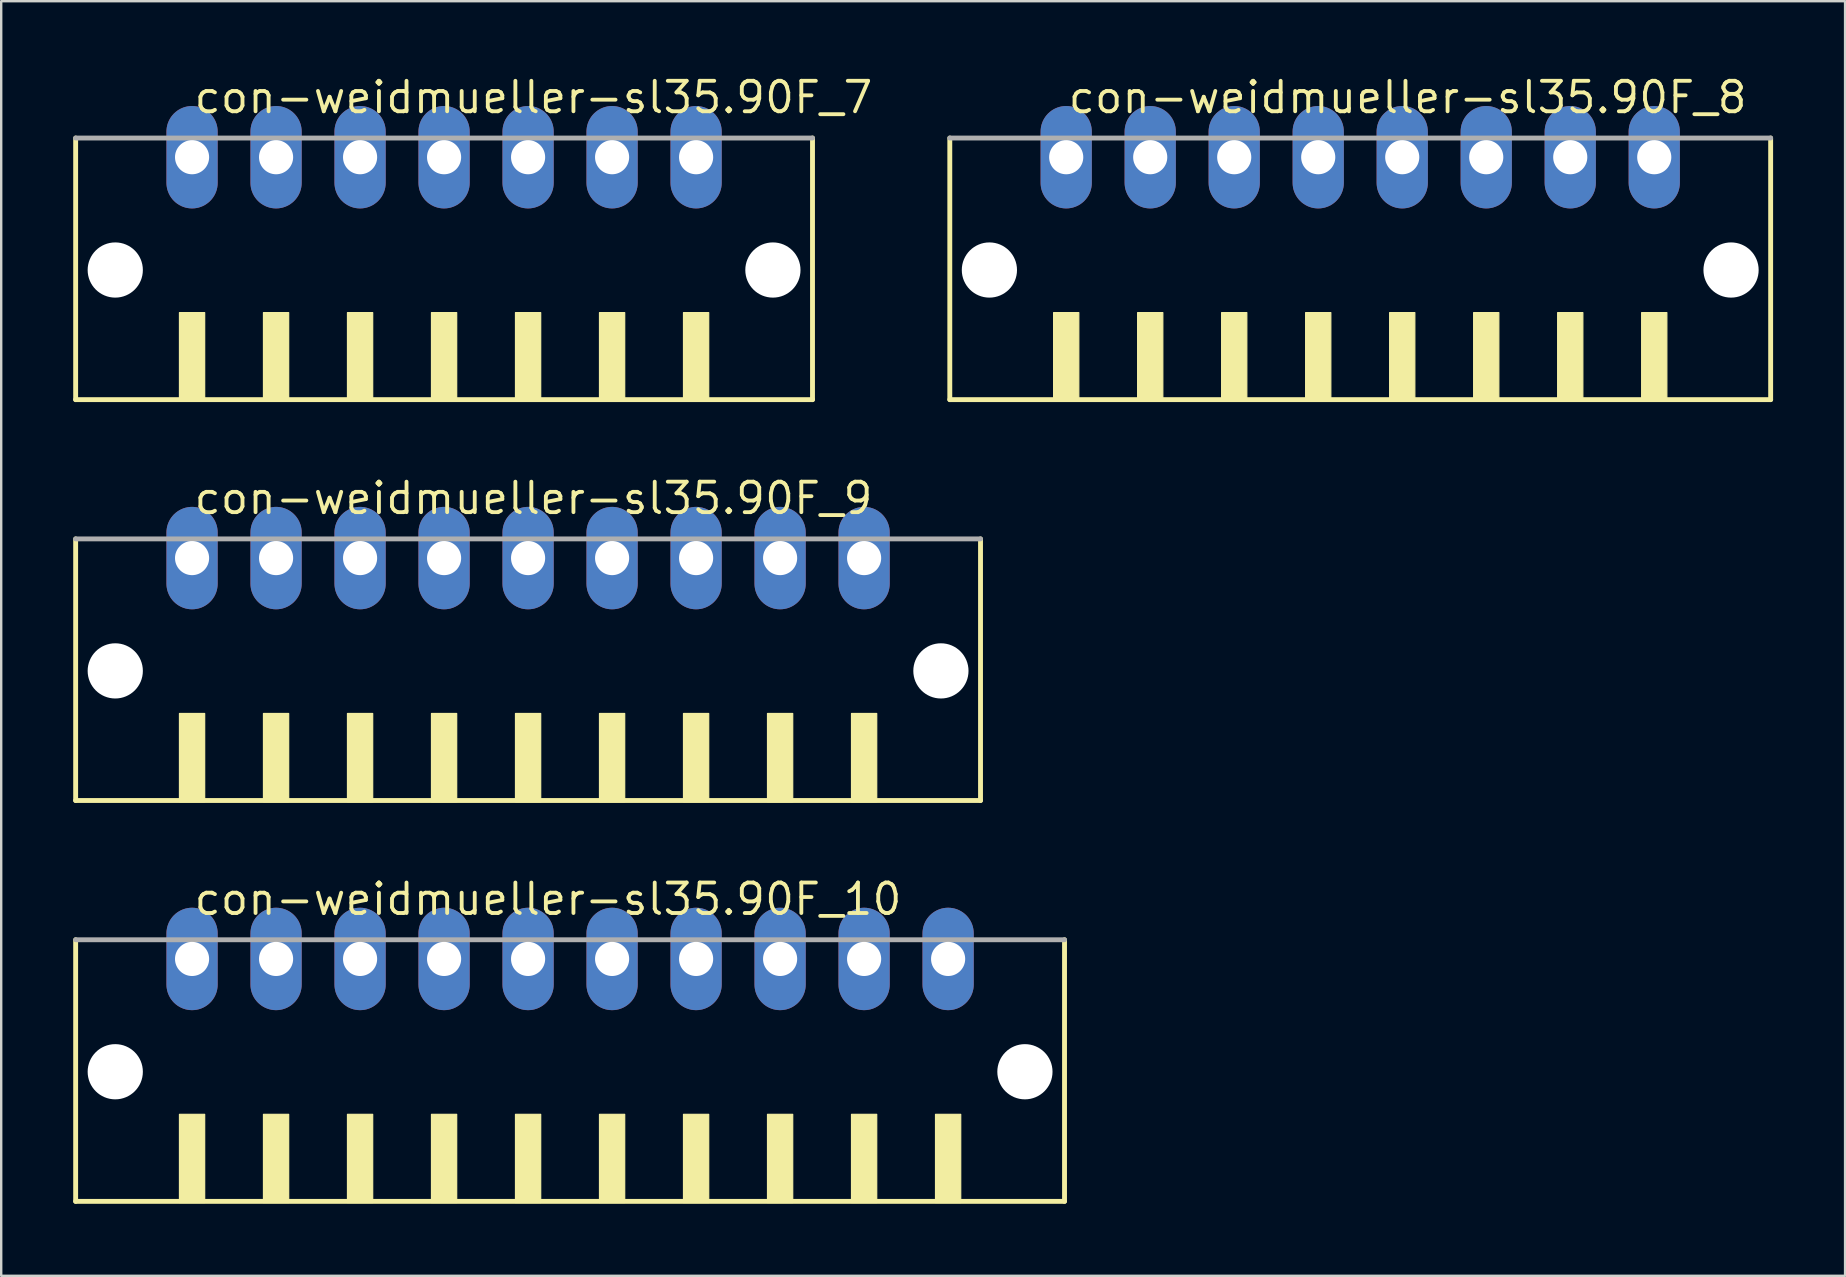
<source format=kicad_pcb>
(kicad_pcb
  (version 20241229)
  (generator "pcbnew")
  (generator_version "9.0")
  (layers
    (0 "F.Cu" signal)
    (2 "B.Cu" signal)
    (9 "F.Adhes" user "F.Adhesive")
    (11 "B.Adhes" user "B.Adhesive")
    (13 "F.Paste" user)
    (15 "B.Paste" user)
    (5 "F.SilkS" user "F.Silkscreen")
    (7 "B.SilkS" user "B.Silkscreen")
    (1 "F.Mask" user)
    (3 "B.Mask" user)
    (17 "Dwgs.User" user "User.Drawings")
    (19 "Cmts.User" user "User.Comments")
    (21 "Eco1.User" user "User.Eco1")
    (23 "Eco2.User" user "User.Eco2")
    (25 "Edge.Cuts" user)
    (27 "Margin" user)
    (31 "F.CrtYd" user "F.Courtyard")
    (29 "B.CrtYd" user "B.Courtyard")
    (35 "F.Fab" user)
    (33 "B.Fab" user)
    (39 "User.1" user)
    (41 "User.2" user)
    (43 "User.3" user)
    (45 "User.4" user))
  (footprint "con-weidmueller-sl35.90F_10"
    (layer "F.Cu")
    (at 20.702 42.153)
    (property "Reference" "con-weidmueller-sl35.90F_10" (at -15.75 -7 0) (layer "F.SilkS") (effects (font (size 1.27 1.27) (thickness 0.16)) (justify left bottom)))
    (attr through_hole)
    (fp_line (start -20.6 -6.05) (end -20.6 4.85) (stroke (width 0.203) (type default)) (layer "F.SilkS"))
    (fp_line (start -20.6 4.85) (end 20.6 4.85) (stroke (width 0.203) (type default)) (layer "F.SilkS"))
    (fp_line (start 20.6 4.85) (end 20.6 -6.05) (stroke (width 0.203) (type default)) (layer "F.SilkS"))
    (fp_rect (start -16.275 4.9) (end -15.225 1.225) (stroke (width 0.05) (type default)) (fill yes) (layer "F.SilkS"))
    (fp_rect (start -12.775 4.9) (end -11.725 1.225) (stroke (width 0.05) (type default)) (fill yes) (layer "F.SilkS"))
    (fp_rect (start -9.275 4.9) (end -8.225 1.225) (stroke (width 0.05) (type default)) (fill yes) (layer "F.SilkS"))
    (fp_rect (start -5.775 4.9) (end -4.725 1.225) (stroke (width 0.05) (type default)) (fill yes) (layer "F.SilkS"))
    (fp_rect (start -2.275 4.9) (end -1.225 1.225) (stroke (width 0.05) (type default)) (fill yes) (layer "F.SilkS"))
    (fp_rect (start 1.225 4.9) (end 2.275 1.225) (stroke (width 0.05) (type default)) (fill yes) (layer "F.SilkS"))
    (fp_rect (start 4.725 4.9) (end 5.775 1.225) (stroke (width 0.05) (type default)) (fill yes) (layer "F.SilkS"))
    (fp_rect (start 8.225 4.9) (end 9.275 1.225) (stroke (width 0.05) (type default)) (fill yes) (layer "F.SilkS"))
    (fp_rect (start 11.725 4.9) (end 12.775 1.225) (stroke (width 0.05) (type default)) (fill yes) (layer "F.SilkS"))
    (fp_rect (start 15.225 4.9) (end 16.275 1.225) (stroke (width 0.05) (type default)) (fill yes) (layer "F.SilkS"))
    (fp_line (start 20.6 -6.05) (end -20.6 -6.05) (stroke (width 0.203) (type default)) (layer "F.Fab"))
    (pad "" np_thru_hole circle (at -18.95 -0.55) (size 2.3 2.3) (drill 2.3) (layers "*.Cu" "*.Mask"))
    (pad "" np_thru_hole circle (at 18.95 -0.55) (size 2.3 2.3) (drill 2.3) (layers "*.Cu" "*.Mask"))
    (pad "1" thru_hole oval (at -15.75 -5.25 90) (size 4.267 2.134) (drill 1.422) (layers "*.Cu" "*.Mask"))
    (pad "2" thru_hole oval (at -12.25 -5.25 90) (size 4.267 2.134) (drill 1.422) (layers "*.Cu" "*.Mask"))
    (pad "3" thru_hole oval (at -8.75 -5.25 90) (size 4.267 2.134) (drill 1.422) (layers "*.Cu" "*.Mask"))
    (pad "4" thru_hole oval (at -5.25 -5.25 90) (size 4.267 2.134) (drill 1.422) (layers "*.Cu" "*.Mask"))
    (pad "5" thru_hole oval (at -1.75 -5.25 90) (size 4.267 2.134) (drill 1.422) (layers "*.Cu" "*.Mask"))
    (pad "6" thru_hole oval (at 1.75 -5.25 90) (size 4.267 2.134) (drill 1.422) (layers "*.Cu" "*.Mask"))
    (pad "7" thru_hole oval (at 5.25 -5.25 90) (size 4.267 2.134) (drill 1.422) (layers "*.Cu" "*.Mask"))
    (pad "8" thru_hole oval (at 8.75 -5.25 90) (size 4.267 2.134) (drill 1.422) (layers "*.Cu" "*.Mask"))
    (pad "9" thru_hole oval (at 12.25 -5.25 90) (size 4.267 2.134) (drill 1.422) (layers "*.Cu" "*.Mask"))
    (pad "10" thru_hole oval (at 15.75 -5.25 90) (size 4.267 2.134) (drill 1.422) (layers "*.Cu" "*.Mask")))
  (footprint "con-weidmueller-sl35.90F_7"
    (layer "F.Cu")
    (at 15.452 8.75)
    (property "Reference" "con-weidmueller-sl35.90F_7" (at -10.5 -7 0) (layer "F.SilkS") (effects (font (size 1.27 1.27) (thickness 0.16)) (justify left bottom)))
    (attr through_hole)
    (fp_line (start -15.35 -6.05) (end -15.35 4.85) (stroke (width 0.203) (type default)) (layer "F.SilkS"))
    (fp_line (start -15.35 4.85) (end 15.35 4.85) (stroke (width 0.203) (type default)) (layer "F.SilkS"))
    (fp_line (start 15.35 4.85) (end 15.35 -6.05) (stroke (width 0.203) (type default)) (layer "F.SilkS"))
    (fp_rect (start -11.025 4.9) (end -9.975 1.225) (stroke (width 0.05) (type default)) (fill yes) (layer "F.SilkS"))
    (fp_rect (start -7.525 4.9) (end -6.475 1.225) (stroke (width 0.05) (type default)) (fill yes) (layer "F.SilkS"))
    (fp_rect (start -4.025 4.9) (end -2.975 1.225) (stroke (width 0.05) (type default)) (fill yes) (layer "F.SilkS"))
    (fp_rect (start -0.525 4.9) (end 0.525 1.225) (stroke (width 0.05) (type default)) (fill yes) (layer "F.SilkS"))
    (fp_rect (start 2.975 4.9) (end 4.025 1.225) (stroke (width 0.05) (type default)) (fill yes) (layer "F.SilkS"))
    (fp_rect (start 6.475 4.9) (end 7.525 1.225) (stroke (width 0.05) (type default)) (fill yes) (layer "F.SilkS"))
    (fp_rect (start 9.975 4.9) (end 11.025 1.225) (stroke (width 0.05) (type default)) (fill yes) (layer "F.SilkS"))
    (fp_line (start 15.35 -6.05) (end -15.35 -6.05) (stroke (width 0.203) (type default)) (layer "F.Fab"))
    (pad "" np_thru_hole circle (at -13.7 -0.55) (size 2.3 2.3) (drill 2.3) (layers "*.Cu" "*.Mask"))
    (pad "" np_thru_hole circle (at 13.7 -0.55) (size 2.3 2.3) (drill 2.3) (layers "*.Cu" "*.Mask"))
    (pad "1" thru_hole oval (at -10.5 -5.25 90) (size 4.267 2.134) (drill 1.422) (layers "*.Cu" "*.Mask"))
    (pad "2" thru_hole oval (at -7 -5.25 90) (size 4.267 2.134) (drill 1.422) (layers "*.Cu" "*.Mask"))
    (pad "3" thru_hole oval (at -3.5 -5.25 90) (size 4.267 2.134) (drill 1.422) (layers "*.Cu" "*.Mask"))
    (pad "4" thru_hole oval (at 0 -5.25 90) (size 4.267 2.134) (drill 1.422) (layers "*.Cu" "*.Mask"))
    (pad "5" thru_hole oval (at 3.5 -5.25 90) (size 4.267 2.134) (drill 1.422) (layers "*.Cu" "*.Mask"))
    (pad "6" thru_hole oval (at 7 -5.25 90) (size 4.267 2.134) (drill 1.422) (layers "*.Cu" "*.Mask"))
    (pad "7" thru_hole oval (at 10.5 -5.25 90) (size 4.267 2.134) (drill 1.422) (layers "*.Cu" "*.Mask")))
  (footprint "con-weidmueller-sl35.90F_9"
    (layer "F.Cu")
    (at 18.952 25.452)
    (property "Reference" "con-weidmueller-sl35.90F_9" (at -14 -7 0) (layer "F.SilkS") (effects (font (size 1.27 1.27) (thickness 0.16)) (justify left bottom)))
    (attr through_hole)
    (fp_line (start -18.85 -6.05) (end -18.85 4.85) (stroke (width 0.203) (type default)) (layer "F.SilkS"))
    (fp_line (start -18.85 4.85) (end 18.85 4.85) (stroke (width 0.203) (type default)) (layer "F.SilkS"))
    (fp_line (start 18.85 4.85) (end 18.85 -6.05) (stroke (width 0.203) (type default)) (layer "F.SilkS"))
    (fp_rect (start -14.525 4.9) (end -13.475 1.225) (stroke (width 0.05) (type default)) (fill yes) (layer "F.SilkS"))
    (fp_rect (start -11.025 4.9) (end -9.975 1.225) (stroke (width 0.05) (type default)) (fill yes) (layer "F.SilkS"))
    (fp_rect (start -7.525 4.9) (end -6.475 1.225) (stroke (width 0.05) (type default)) (fill yes) (layer "F.SilkS"))
    (fp_rect (start -4.025 4.9) (end -2.975 1.225) (stroke (width 0.05) (type default)) (fill yes) (layer "F.SilkS"))
    (fp_rect (start -0.525 4.9) (end 0.525 1.225) (stroke (width 0.05) (type default)) (fill yes) (layer "F.SilkS"))
    (fp_rect (start 2.975 4.9) (end 4.025 1.225) (stroke (width 0.05) (type default)) (fill yes) (layer "F.SilkS"))
    (fp_rect (start 6.475 4.9) (end 7.525 1.225) (stroke (width 0.05) (type default)) (fill yes) (layer "F.SilkS"))
    (fp_rect (start 9.975 4.9) (end 11.025 1.225) (stroke (width 0.05) (type default)) (fill yes) (layer "F.SilkS"))
    (fp_rect (start 13.475 4.9) (end 14.525 1.225) (stroke (width 0.05) (type default)) (fill yes) (layer "F.SilkS"))
    (fp_line (start 18.85 -6.05) (end -18.85 -6.05) (stroke (width 0.203) (type default)) (layer "F.Fab"))
    (pad "" np_thru_hole circle (at -17.2 -0.55) (size 2.3 2.3) (drill 2.3) (layers "*.Cu" "*.Mask"))
    (pad "" np_thru_hole circle (at 17.2 -0.55) (size 2.3 2.3) (drill 2.3) (layers "*.Cu" "*.Mask"))
    (pad "1" thru_hole oval (at -14 -5.25 90) (size 4.267 2.134) (drill 1.422) (layers "*.Cu" "*.Mask"))
    (pad "2" thru_hole oval (at -10.5 -5.25 90) (size 4.267 2.134) (drill 1.422) (layers "*.Cu" "*.Mask"))
    (pad "3" thru_hole oval (at -7 -5.25 90) (size 4.267 2.134) (drill 1.422) (layers "*.Cu" "*.Mask"))
    (pad "4" thru_hole oval (at -3.5 -5.25 90) (size 4.267 2.134) (drill 1.422) (layers "*.Cu" "*.Mask"))
    (pad "5" thru_hole oval (at 0 -5.25 90) (size 4.267 2.134) (drill 1.422) (layers "*.Cu" "*.Mask"))
    (pad "6" thru_hole oval (at 3.5 -5.25 90) (size 4.267 2.134) (drill 1.422) (layers "*.Cu" "*.Mask"))
    (pad "7" thru_hole oval (at 7 -5.25 90) (size 4.267 2.134) (drill 1.422) (layers "*.Cu" "*.Mask"))
    (pad "8" thru_hole oval (at 10.5 -5.25 90) (size 4.267 2.134) (drill 1.422) (layers "*.Cu" "*.Mask"))
    (pad "9" thru_hole oval (at 14 -5.25 90) (size 4.267 2.134) (drill 1.422) (layers "*.Cu" "*.Mask")))
  (footprint "con-weidmueller-sl35.90F_8"
    (layer "F.Cu")
    (at 53.622 8.75)
    (property "Reference" "con-weidmueller-sl35.90F_8" (at -12.25 -7 0) (layer "F.SilkS") (effects (font (size 1.27 1.27) (thickness 0.16)) (justify left bottom)))
    (attr through_hole)
    (fp_line (start -17.1 -6.05) (end -17.1 4.85) (stroke (width 0.203) (type default)) (layer "F.SilkS"))
    (fp_line (start -17.1 4.85) (end 17.1 4.85) (stroke (width 0.203) (type default)) (layer "F.SilkS"))
    (fp_line (start 17.1 4.85) (end 17.1 -6.05) (stroke (width 0.203) (type default)) (layer "F.SilkS"))
    (fp_rect (start -12.775 4.9) (end -11.725 1.225) (stroke (width 0.05) (type default)) (fill yes) (layer "F.SilkS"))
    (fp_rect (start -9.275 4.9) (end -8.225 1.225) (stroke (width 0.05) (type default)) (fill yes) (layer "F.SilkS"))
    (fp_rect (start -5.775 4.9) (end -4.725 1.225) (stroke (width 0.05) (type default)) (fill yes) (layer "F.SilkS"))
    (fp_rect (start -2.275 4.9) (end -1.225 1.225) (stroke (width 0.05) (type default)) (fill yes) (layer "F.SilkS"))
    (fp_rect (start 1.225 4.9) (end 2.275 1.225) (stroke (width 0.05) (type default)) (fill yes) (layer "F.SilkS"))
    (fp_rect (start 4.725 4.9) (end 5.775 1.225) (stroke (width 0.05) (type default)) (fill yes) (layer "F.SilkS"))
    (fp_rect (start 8.225 4.9) (end 9.275 1.225) (stroke (width 0.05) (type default)) (fill yes) (layer "F.SilkS"))
    (fp_rect (start 11.725 4.9) (end 12.775 1.225) (stroke (width 0.05) (type default)) (fill yes) (layer "F.SilkS"))
    (fp_line (start 17.1 -6.05) (end -17.1 -6.05) (stroke (width 0.203) (type default)) (layer "F.Fab"))
    (pad "" np_thru_hole circle (at -15.45 -0.55) (size 2.3 2.3) (drill 2.3) (layers "*.Cu" "*.Mask"))
    (pad "" np_thru_hole circle (at 15.45 -0.55) (size 2.3 2.3) (drill 2.3) (layers "*.Cu" "*.Mask"))
    (pad "1" thru_hole oval (at -12.25 -5.25 90) (size 4.267 2.134) (drill 1.422) (layers "*.Cu" "*.Mask"))
    (pad "2" thru_hole oval (at -8.75 -5.25 90) (size 4.267 2.134) (drill 1.422) (layers "*.Cu" "*.Mask"))
    (pad "3" thru_hole oval (at -5.25 -5.25 90) (size 4.267 2.134) (drill 1.422) (layers "*.Cu" "*.Mask"))
    (pad "4" thru_hole oval (at -1.75 -5.25 90) (size 4.267 2.134) (drill 1.422) (layers "*.Cu" "*.Mask"))
    (pad "5" thru_hole oval (at 1.75 -5.25 90) (size 4.267 2.134) (drill 1.422) (layers "*.Cu" "*.Mask"))
    (pad "6" thru_hole oval (at 5.25 -5.25 90) (size 4.267 2.134) (drill 1.422) (layers "*.Cu" "*.Mask"))
    (pad "7" thru_hole oval (at 8.75 -5.25 90) (size 4.267 2.134) (drill 1.422) (layers "*.Cu" "*.Mask"))
    (pad "8" thru_hole oval (at 12.25 -5.25 90) (size 4.267 2.134) (drill 1.422) (layers "*.Cu" "*.Mask")))
  (gr_rect
    (start -3 -3)
    (end 73.823 50.105)
    (stroke (width 0.1) (type default))
    (fill no)
    (layer "Edge.Cuts")))
</source>
